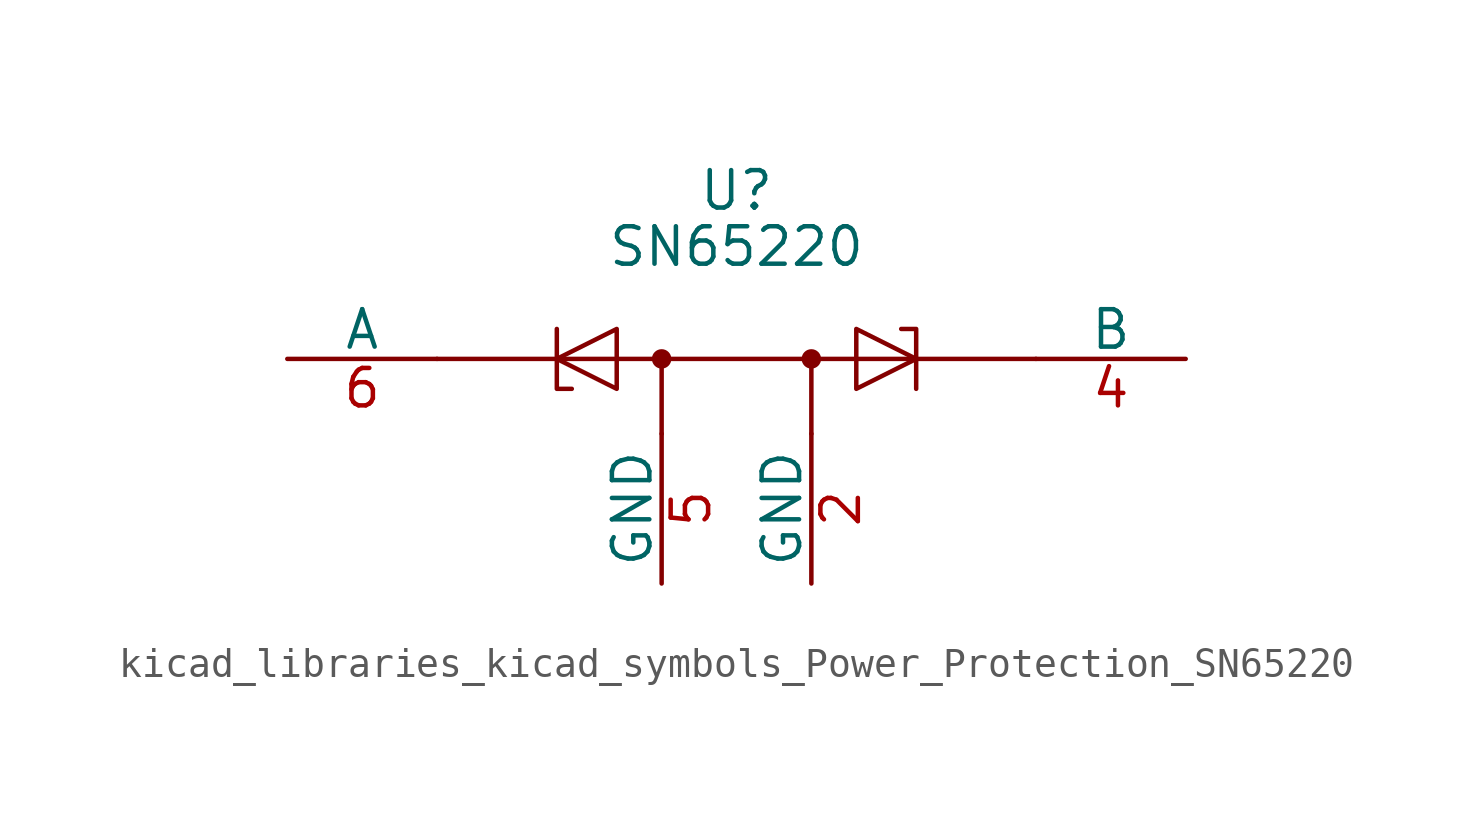
<source format=kicad_sym>
(kicad_symbol_lib
  (version 20220914)
  (generator kicad_symbol_editor)
  (symbol "kicad_libraries_kicad_symbols_Power_Protection_SN65220"
    (pin_names
      (offset 0))
    (property "Reference" "U"
      (at 0 5.715 0)
      (effects (font (size 1.27 1.27))))
    (property "Value" "SN65220"
      (at 0 3.81 0)
      (effects (font (size 1.27 1.27))))
    (symbol "kicad_libraries_kicad_symbols_Power_Protection_SN65220_0_1"
      (circle (center -2.54 0) (radius 0.254) (stroke (width 0) (type default)) (fill (type outline)))
      (polyline (pts (xy -2.54 -2.54) (xy -2.54 0)) (stroke (width 0) (type default)) (fill (type none)))
      (polyline (pts (xy 2.54 -2.54) (xy 2.54 0)) (stroke (width 0) (type default)) (fill (type none)))
      (polyline (pts (xy 10.16 0) (xy -10.16 0)) (stroke (width 0) (type default)) (fill (type none)))
      (polyline (pts (xy -5.588 -1.016) (xy -6.096 -1.016) (xy -6.096 1.016)) (stroke (width 0) (type default)) (fill (type none)))
      (polyline (pts (xy 5.588 1.016) (xy 6.096 1.016) (xy 6.096 -1.016)) (stroke (width 0) (type default)) (fill (type none)))
      (polyline (pts (xy -6.096 0) (xy -4.064 1.016) (xy -4.064 -1.016) (xy -6.096 0)) (stroke (width 0) (type default)) (fill (type none)))
      (polyline (pts (xy 6.096 0) (xy 4.064 1.016) (xy 4.064 -1.016) (xy 6.096 0)) (stroke (width 0) (type default)) (fill (type none)))
      (circle (center 2.54 0) (radius 0.254) (stroke (width 0) (type default)) (fill (type outline))))
    (symbol "kicad_libraries_kicad_symbols_Power_Protection_SN65220_1_1"
      (pin no_connect line (at 2.54 0 180) (length 2.54) hide (name "~" (effects (font (size 1.27 1.27)))) (number "1" (effects (font (size 1.27 1.27)))))
      (pin passive line (at 2.54 -7.62 90) (length 5.08) (name "GND" (effects (font (size 1.27 1.27)))) (number "2" (effects (font (size 1.27 1.27)))))
      (pin no_connect line (at -2.54 0 0) (length 2.54) hide (name "~" (effects (font (size 1.27 1.27)))) (number "3" (effects (font (size 1.27 1.27)))))
      (pin passive line (at 15.24 0 180) (length 5.08) (name "B" (effects (font (size 1.27 1.27)))) (number "4" (effects (font (size 1.27 1.27)))))
      (pin passive line (at -2.54 -7.62 90) (length 5.08) (name "GND" (effects (font (size 1.27 1.27)))) (number "5" (effects (font (size 1.27 1.27)))))
      (pin passive line (at -15.24 0 0) (length 5.08) (name "A" (effects (font (size 1.27 1.27)))) (number "6" (effects (font (size 1.27 1.27))))))))
</source>
